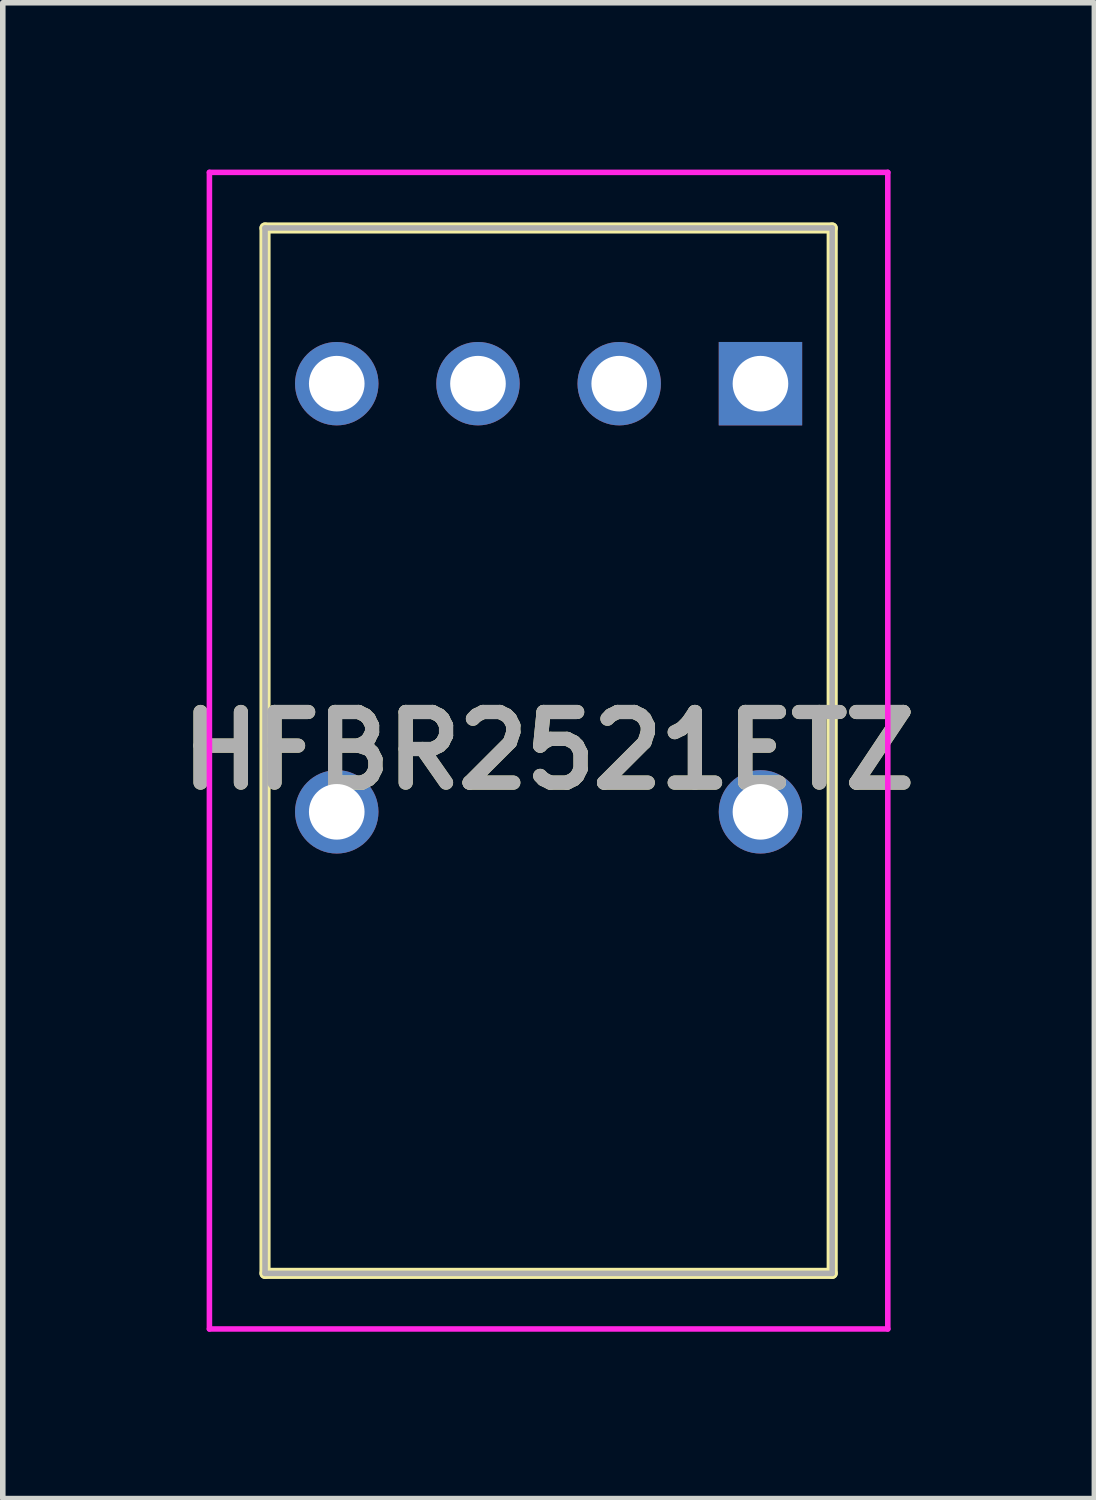
<source format=kicad_pcb>
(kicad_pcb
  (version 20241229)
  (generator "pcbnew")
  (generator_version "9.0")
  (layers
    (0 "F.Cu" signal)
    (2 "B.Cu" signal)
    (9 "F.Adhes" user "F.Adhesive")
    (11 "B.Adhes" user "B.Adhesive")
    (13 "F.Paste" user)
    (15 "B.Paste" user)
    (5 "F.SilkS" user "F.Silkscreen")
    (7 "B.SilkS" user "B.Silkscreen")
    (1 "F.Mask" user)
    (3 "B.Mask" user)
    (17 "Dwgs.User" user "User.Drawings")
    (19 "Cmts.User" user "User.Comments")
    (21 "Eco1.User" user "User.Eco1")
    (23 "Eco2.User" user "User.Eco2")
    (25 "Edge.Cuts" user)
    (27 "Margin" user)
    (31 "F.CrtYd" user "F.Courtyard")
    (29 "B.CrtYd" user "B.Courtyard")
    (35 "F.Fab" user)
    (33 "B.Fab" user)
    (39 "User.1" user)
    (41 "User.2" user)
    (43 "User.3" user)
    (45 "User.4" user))
  (footprint "HFBR2521ETZ"
    (layer "F.Cu")
    (at 10.626 3.85)
    (property "Reference" "HFBR2521ETZ" (at -3.81 6.6 0) (layer "F.SilkS") (effects (font (size 1.27 1.27) (thickness 0.254))))
    (attr through_hole)
    (fp_line (start -8.91 -2.8) (end 1.29 -2.8) (stroke (width 0.2) (type solid)) (layer "F.SilkS"))
    (fp_line (start -8.91 16) (end -8.91 -2.8) (stroke (width 0.2) (type solid)) (layer "F.SilkS"))
    (fp_line (start 1.29 -2.8) (end 1.29 16) (stroke (width 0.2) (type solid)) (layer "F.SilkS"))
    (fp_line (start 1.29 16) (end -8.91 16) (stroke (width 0.2) (type solid)) (layer "F.SilkS"))
    (fp_line (start -9.91 -3.8) (end 2.29 -3.8) (stroke (width 0.1) (type solid)) (layer "F.CrtYd"))
    (fp_line (start -9.91 17) (end -9.91 -3.8) (stroke (width 0.1) (type solid)) (layer "F.CrtYd"))
    (fp_line (start 2.29 -3.8) (end 2.29 17) (stroke (width 0.1) (type solid)) (layer "F.CrtYd"))
    (fp_line (start 2.29 17) (end -9.91 17) (stroke (width 0.1) (type solid)) (layer "F.CrtYd"))
    (fp_line (start -8.91 -2.8) (end -8.91 16) (stroke (width 0.1) (type solid)) (layer "F.Fab"))
    (fp_line (start -8.91 16) (end 1.29 16) (stroke (width 0.1) (type solid)) (layer "F.Fab"))
    (fp_line (start 1.29 -2.8) (end -8.91 -2.8) (stroke (width 0.1) (type solid)) (layer "F.Fab"))
    (fp_line (start 1.29 16) (end 1.29 -2.8) (stroke (width 0.1) (type solid)) (layer "F.Fab"))
    (fp_text user "${REFERENCE}" (at -3.81 6.6 0) (layer "F.Fab") (effects (font (size 1.27 1.27) (thickness 0.254))))
    (pad "1" thru_hole rect (at 0 0) (size 1.5 1.5) (drill 1) (layers "*.Cu" "*.Mask"))
    (pad "2" thru_hole circle (at -2.54 0) (size 1.5 1.5) (drill 1) (layers "*.Cu" "*.Mask"))
    (pad "3" thru_hole circle (at -5.08 0) (size 1.5 1.5) (drill 1) (layers "*.Cu" "*.Mask"))
    (pad "4" thru_hole circle (at -7.62 0) (size 1.5 1.5) (drill 1) (layers "*.Cu" "*.Mask"))
    (pad "5" thru_hole circle (at -7.62 7.7) (size 1.5 1.5) (drill 1) (layers "*.Cu" "*.Mask"))
    (pad "8" thru_hole circle (at 0 7.7) (size 1.5 1.5) (drill 1) (layers "*.Cu" "*.Mask")))
  (gr_rect
    (start -3 -3)
    (end 16.631 23.9)
    (stroke (width 0.1) (type default))
    (fill no)
    (layer "Edge.Cuts")))
</source>
